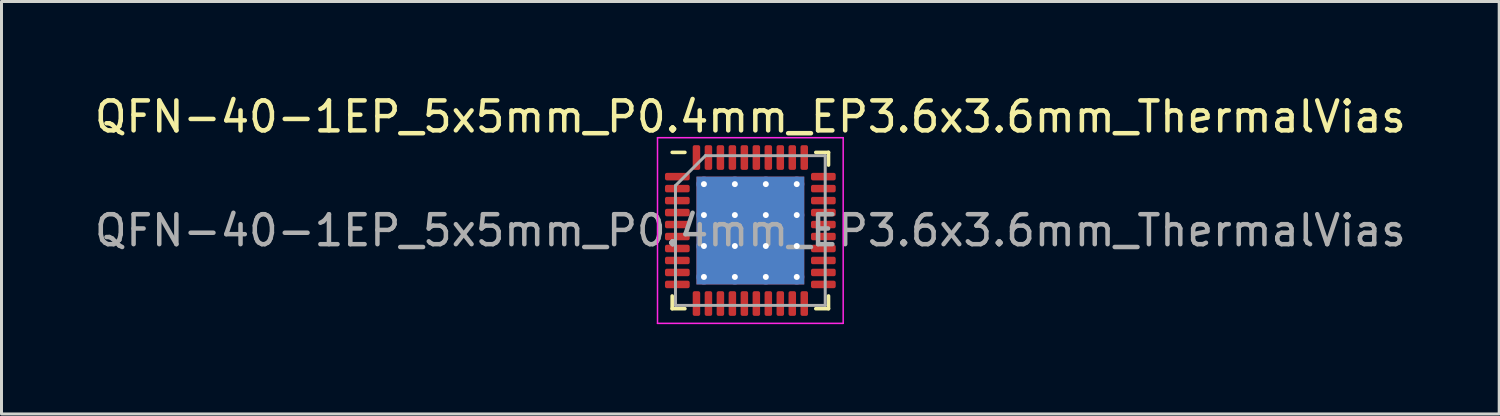
<source format=kicad_pcb>
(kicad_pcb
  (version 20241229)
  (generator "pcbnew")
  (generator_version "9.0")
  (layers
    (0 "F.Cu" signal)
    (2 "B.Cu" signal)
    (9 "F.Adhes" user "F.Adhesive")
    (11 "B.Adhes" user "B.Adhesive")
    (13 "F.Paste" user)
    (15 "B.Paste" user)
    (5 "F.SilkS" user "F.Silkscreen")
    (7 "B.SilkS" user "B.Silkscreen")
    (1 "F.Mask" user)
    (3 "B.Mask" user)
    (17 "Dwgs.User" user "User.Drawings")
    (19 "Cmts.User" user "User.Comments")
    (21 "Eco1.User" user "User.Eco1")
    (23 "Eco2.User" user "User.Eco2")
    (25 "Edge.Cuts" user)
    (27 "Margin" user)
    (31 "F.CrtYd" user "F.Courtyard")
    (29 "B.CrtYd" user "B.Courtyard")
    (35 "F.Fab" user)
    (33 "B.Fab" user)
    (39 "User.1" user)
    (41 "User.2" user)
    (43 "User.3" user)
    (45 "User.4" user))
  (footprint "QFN-40-1EP_5x5mm_P0.4mm_EP3.6x3.6mm_ThermalVias"
    (layer "F.Cu")
    (at 22.006 4.648)
    (property "Reference" "QFN-40-1EP_5x5mm_P0.4mm_EP3.6x3.6mm_ThermalVias" (at 0 -3.8 0) (layer "F.SilkS") (effects (font (size 1 1) (thickness 0.15))))
    (attr smd)
    (fp_line (start -2.61 2.61) (end -2.61 2.185) (stroke (width 0.12) (type solid)) (layer "F.SilkS"))
    (fp_line (start -2.185 -2.61) (end -2.61 -2.61) (stroke (width 0.12) (type solid)) (layer "F.SilkS"))
    (fp_line (start -2.185 2.61) (end -2.61 2.61) (stroke (width 0.12) (type solid)) (layer "F.SilkS"))
    (fp_line (start 2.185 -2.61) (end 2.61 -2.61) (stroke (width 0.12) (type solid)) (layer "F.SilkS"))
    (fp_line (start 2.185 2.61) (end 2.61 2.61) (stroke (width 0.12) (type solid)) (layer "F.SilkS"))
    (fp_line (start 2.61 -2.61) (end 2.61 -2.185) (stroke (width 0.12) (type solid)) (layer "F.SilkS"))
    (fp_line (start 2.61 2.61) (end 2.61 2.185) (stroke (width 0.12) (type solid)) (layer "F.SilkS"))
    (fp_line (start -3.1 -3.1) (end -3.1 3.1) (stroke (width 0.05) (type solid)) (layer "F.CrtYd"))
    (fp_line (start -3.1 3.1) (end 3.1 3.1) (stroke (width 0.05) (type solid)) (layer "F.CrtYd"))
    (fp_line (start 3.1 -3.1) (end -3.1 -3.1) (stroke (width 0.05) (type solid)) (layer "F.CrtYd"))
    (fp_line (start 3.1 3.1) (end 3.1 -3.1) (stroke (width 0.05) (type solid)) (layer "F.CrtYd"))
    (fp_line (start -2.5 -1.5) (end -1.5 -2.5) (stroke (width 0.1) (type solid)) (layer "F.Fab"))
    (fp_line (start -2.5 2.5) (end -2.5 -1.5) (stroke (width 0.1) (type solid)) (layer "F.Fab"))
    (fp_line (start -1.5 -2.5) (end 2.5 -2.5) (stroke (width 0.1) (type solid)) (layer "F.Fab"))
    (fp_line (start 2.5 -2.5) (end 2.5 2.5) (stroke (width 0.1) (type solid)) (layer "F.Fab"))
    (fp_line (start 2.5 2.5) (end -2.5 2.5) (stroke (width 0.1) (type solid)) (layer "F.Fab"))
    (fp_text user "${REFERENCE}" (at 0 0 0) (layer "F.Fab") (effects (font (size 1 1) (thickness 0.15))))
    (pad "" smd custom (at -1.033 -1.033) (size 0.803 0.803) (layers "F.Paste") (options (anchor circle)) (primitives (gr_poly (pts (xy -0.338 -0.233) (xy -0.233 -0.338) (xy 0.233 -0.338) (xy 0.338 -0.233) (xy 0.338 0.233) (xy 0.233 0.338) (xy -0.233 0.338) (xy -0.338 0.233)) (width 0.253) (fill yes))))
    (pad "" smd custom (at -1.033 0) (size 0.803 0.803) (layers "F.Paste") (options (anchor circle)) (primitives (gr_poly (pts (xy -0.338 -0.233) (xy -0.233 -0.338) (xy 0.233 -0.338) (xy 0.338 -0.233) (xy 0.338 0.233) (xy 0.233 0.338) (xy -0.233 0.338) (xy -0.338 0.233)) (width 0.253) (fill yes))))
    (pad "" smd custom (at -1.033 1.033) (size 0.803 0.803) (layers "F.Paste") (options (anchor circle)) (primitives (gr_poly (pts (xy -0.338 -0.233) (xy -0.233 -0.338) (xy 0.233 -0.338) (xy 0.338 -0.233) (xy 0.338 0.233) (xy 0.233 0.338) (xy -0.233 0.338) (xy -0.338 0.233)) (width 0.253) (fill yes))))
    (pad "" smd custom (at 0 -1.033) (size 0.803 0.803) (layers "F.Paste") (options (anchor circle)) (primitives (gr_poly (pts (xy -0.338 -0.233) (xy -0.233 -0.338) (xy 0.233 -0.338) (xy 0.338 -0.233) (xy 0.338 0.233) (xy 0.233 0.338) (xy -0.233 0.338) (xy -0.338 0.233)) (width 0.253) (fill yes))))
    (pad "" smd custom (at 0 0) (size 0.803 0.803) (layers "F.Paste") (options (anchor circle)) (primitives (gr_poly (pts (xy -0.338 -0.233) (xy -0.233 -0.338) (xy 0.233 -0.338) (xy 0.338 -0.233) (xy 0.338 0.233) (xy 0.233 0.338) (xy -0.233 0.338) (xy -0.338 0.233)) (width 0.253) (fill yes))))
    (pad "" smd custom (at 0 1.033) (size 0.803 0.803) (layers "F.Paste") (options (anchor circle)) (primitives (gr_poly (pts (xy -0.338 -0.233) (xy -0.233 -0.338) (xy 0.233 -0.338) (xy 0.338 -0.233) (xy 0.338 0.233) (xy 0.233 0.338) (xy -0.233 0.338) (xy -0.338 0.233)) (width 0.253) (fill yes))))
    (pad "" smd custom (at 1.033 -1.033) (size 0.803 0.803) (layers "F.Paste") (options (anchor circle)) (primitives (gr_poly (pts (xy -0.338 -0.233) (xy -0.233 -0.338) (xy 0.233 -0.338) (xy 0.338 -0.233) (xy 0.338 0.233) (xy 0.233 0.338) (xy -0.233 0.338) (xy -0.338 0.233)) (width 0.253) (fill yes))))
    (pad "" smd custom (at 1.033 0) (size 0.803 0.803) (layers "F.Paste") (options (anchor circle)) (primitives (gr_poly (pts (xy -0.338 -0.233) (xy -0.233 -0.338) (xy 0.233 -0.338) (xy 0.338 -0.233) (xy 0.338 0.233) (xy 0.233 0.338) (xy -0.233 0.338) (xy -0.338 0.233)) (width 0.253) (fill yes))))
    (pad "" smd custom (at 1.033 1.033) (size 0.803 0.803) (layers "F.Paste") (options (anchor circle)) (primitives (gr_poly (pts (xy -0.338 -0.233) (xy -0.233 -0.338) (xy 0.233 -0.338) (xy 0.338 -0.233) (xy 0.338 0.233) (xy 0.233 0.338) (xy -0.233 0.338) (xy -0.338 0.233)) (width 0.253) (fill yes))))
    (pad "1" smd roundrect (at -2.438 -1.8) (size 0.825 0.25) (layers "F.Cu" "F.Mask" "F.Paste") (roundrect_rratio 0.25))
    (pad "2" smd roundrect (at -2.438 -1.4) (size 0.825 0.25) (layers "F.Cu" "F.Mask" "F.Paste") (roundrect_rratio 0.25))
    (pad "3" smd roundrect (at -2.438 -1) (size 0.825 0.25) (layers "F.Cu" "F.Mask" "F.Paste") (roundrect_rratio 0.25))
    (pad "4" smd roundrect (at -2.438 -0.6) (size 0.825 0.25) (layers "F.Cu" "F.Mask" "F.Paste") (roundrect_rratio 0.25))
    (pad "5" smd roundrect (at -2.438 -0.2) (size 0.825 0.25) (layers "F.Cu" "F.Mask" "F.Paste") (roundrect_rratio 0.25))
    (pad "6" smd roundrect (at -2.438 0.2) (size 0.825 0.25) (layers "F.Cu" "F.Mask" "F.Paste") (roundrect_rratio 0.25))
    (pad "7" smd roundrect (at -2.438 0.6) (size 0.825 0.25) (layers "F.Cu" "F.Mask" "F.Paste") (roundrect_rratio 0.25))
    (pad "8" smd roundrect (at -2.438 1) (size 0.825 0.25) (layers "F.Cu" "F.Mask" "F.Paste") (roundrect_rratio 0.25))
    (pad "9" smd roundrect (at -2.438 1.4) (size 0.825 0.25) (layers "F.Cu" "F.Mask" "F.Paste") (roundrect_rratio 0.25))
    (pad "10" smd roundrect (at -2.438 1.8) (size 0.825 0.25) (layers "F.Cu" "F.Mask" "F.Paste") (roundrect_rratio 0.25))
    (pad "11" smd roundrect (at -1.8 2.438) (size 0.25 0.825) (layers "F.Cu" "F.Mask" "F.Paste") (roundrect_rratio 0.25))
    (pad "12" smd roundrect (at -1.4 2.438) (size 0.25 0.825) (layers "F.Cu" "F.Mask" "F.Paste") (roundrect_rratio 0.25))
    (pad "13" smd roundrect (at -1 2.438) (size 0.25 0.825) (layers "F.Cu" "F.Mask" "F.Paste") (roundrect_rratio 0.25))
    (pad "14" smd roundrect (at -0.6 2.438) (size 0.25 0.825) (layers "F.Cu" "F.Mask" "F.Paste") (roundrect_rratio 0.25))
    (pad "15" smd roundrect (at -0.2 2.438) (size 0.25 0.825) (layers "F.Cu" "F.Mask" "F.Paste") (roundrect_rratio 0.25))
    (pad "16" smd roundrect (at 0.2 2.438) (size 0.25 0.825) (layers "F.Cu" "F.Mask" "F.Paste") (roundrect_rratio 0.25))
    (pad "17" smd roundrect (at 0.6 2.438) (size 0.25 0.825) (layers "F.Cu" "F.Mask" "F.Paste") (roundrect_rratio 0.25))
    (pad "18" smd roundrect (at 1 2.438) (size 0.25 0.825) (layers "F.Cu" "F.Mask" "F.Paste") (roundrect_rratio 0.25))
    (pad "19" smd roundrect (at 1.4 2.438) (size 0.25 0.825) (layers "F.Cu" "F.Mask" "F.Paste") (roundrect_rratio 0.25))
    (pad "20" smd roundrect (at 1.8 2.438) (size 0.25 0.825) (layers "F.Cu" "F.Mask" "F.Paste") (roundrect_rratio 0.25))
    (pad "21" smd roundrect (at 2.438 1.8) (size 0.825 0.25) (layers "F.Cu" "F.Mask" "F.Paste") (roundrect_rratio 0.25))
    (pad "22" smd roundrect (at 2.438 1.4) (size 0.825 0.25) (layers "F.Cu" "F.Mask" "F.Paste") (roundrect_rratio 0.25))
    (pad "23" smd roundrect (at 2.438 1) (size 0.825 0.25) (layers "F.Cu" "F.Mask" "F.Paste") (roundrect_rratio 0.25))
    (pad "24" smd roundrect (at 2.438 0.6) (size 0.825 0.25) (layers "F.Cu" "F.Mask" "F.Paste") (roundrect_rratio 0.25))
    (pad "25" smd roundrect (at 2.438 0.2) (size 0.825 0.25) (layers "F.Cu" "F.Mask" "F.Paste") (roundrect_rratio 0.25))
    (pad "26" smd roundrect (at 2.438 -0.2) (size 0.825 0.25) (layers "F.Cu" "F.Mask" "F.Paste") (roundrect_rratio 0.25))
    (pad "27" smd roundrect (at 2.438 -0.6) (size 0.825 0.25) (layers "F.Cu" "F.Mask" "F.Paste") (roundrect_rratio 0.25))
    (pad "28" smd roundrect (at 2.438 -1) (size 0.825 0.25) (layers "F.Cu" "F.Mask" "F.Paste") (roundrect_rratio 0.25))
    (pad "29" smd roundrect (at 2.438 -1.4) (size 0.825 0.25) (layers "F.Cu" "F.Mask" "F.Paste") (roundrect_rratio 0.25))
    (pad "30" smd roundrect (at 2.438 -1.8) (size 0.825 0.25) (layers "F.Cu" "F.Mask" "F.Paste") (roundrect_rratio 0.25))
    (pad "31" smd roundrect (at 1.8 -2.438) (size 0.25 0.825) (layers "F.Cu" "F.Mask" "F.Paste") (roundrect_rratio 0.25))
    (pad "32" smd roundrect (at 1.4 -2.438) (size 0.25 0.825) (layers "F.Cu" "F.Mask" "F.Paste") (roundrect_rratio 0.25))
    (pad "33" smd roundrect (at 1 -2.438) (size 0.25 0.825) (layers "F.Cu" "F.Mask" "F.Paste") (roundrect_rratio 0.25))
    (pad "34" smd roundrect (at 0.6 -2.438) (size 0.25 0.825) (layers "F.Cu" "F.Mask" "F.Paste") (roundrect_rratio 0.25))
    (pad "35" smd roundrect (at 0.2 -2.438) (size 0.25 0.825) (layers "F.Cu" "F.Mask" "F.Paste") (roundrect_rratio 0.25))
    (pad "36" smd roundrect (at -0.2 -2.438) (size 0.25 0.825) (layers "F.Cu" "F.Mask" "F.Paste") (roundrect_rratio 0.25))
    (pad "37" smd roundrect (at -0.6 -2.438) (size 0.25 0.825) (layers "F.Cu" "F.Mask" "F.Paste") (roundrect_rratio 0.25))
    (pad "38" smd roundrect (at -1 -2.438) (size 0.25 0.825) (layers "F.Cu" "F.Mask" "F.Paste") (roundrect_rratio 0.25))
    (pad "39" smd roundrect (at -1.4 -2.438) (size 0.25 0.825) (layers "F.Cu" "F.Mask" "F.Paste") (roundrect_rratio 0.25))
    (pad "40" smd roundrect (at -1.8 -2.438) (size 0.25 0.825) (layers "F.Cu" "F.Mask" "F.Paste") (roundrect_rratio 0.25))
    (pad "41" thru_hole circle (at -1.55 -1.55) (size 0.5 0.5) (drill 0.2) (layers "*.Cu"))
    (pad "41" thru_hole circle (at -1.55 -0.517) (size 0.5 0.5) (drill 0.2) (layers "*.Cu"))
    (pad "41" thru_hole circle (at -1.55 0.517) (size 0.5 0.5) (drill 0.2) (layers "*.Cu"))
    (pad "41" thru_hole circle (at -1.55 1.55) (size 0.5 0.5) (drill 0.2) (layers "*.Cu"))
    (pad "41" thru_hole circle (at -0.517 -1.55) (size 0.5 0.5) (drill 0.2) (layers "*.Cu"))
    (pad "41" thru_hole circle (at -0.517 -0.517) (size 0.5 0.5) (drill 0.2) (layers "*.Cu"))
    (pad "41" thru_hole circle (at -0.517 0.517) (size 0.5 0.5) (drill 0.2) (layers "*.Cu"))
    (pad "41" thru_hole circle (at -0.517 1.55) (size 0.5 0.5) (drill 0.2) (layers "*.Cu"))
    (pad "41" smd rect (at 0 0) (size 3.6 3.6) (layers "F.Cu" "F.Mask"))
    (pad "41" smd rect (at 0 0) (size 3.6 3.6) (layers "B.Cu"))
    (pad "41" thru_hole circle (at 0.517 -1.55) (size 0.5 0.5) (drill 0.2) (layers "*.Cu"))
    (pad "41" thru_hole circle (at 0.517 -0.517) (size 0.5 0.5) (drill 0.2) (layers "*.Cu"))
    (pad "41" thru_hole circle (at 0.517 0.517) (size 0.5 0.5) (drill 0.2) (layers "*.Cu"))
    (pad "41" thru_hole circle (at 0.517 1.55) (size 0.5 0.5) (drill 0.2) (layers "*.Cu"))
    (pad "41" thru_hole circle (at 1.55 -1.55) (size 0.5 0.5) (drill 0.2) (layers "*.Cu"))
    (pad "41" thru_hole circle (at 1.55 -0.517) (size 0.5 0.5) (drill 0.2) (layers "*.Cu"))
    (pad "41" thru_hole circle (at 1.55 0.517) (size 0.5 0.5) (drill 0.2) (layers "*.Cu"))
    (pad "41" thru_hole circle (at 1.55 1.55) (size 0.5 0.5) (drill 0.2) (layers "*.Cu")))
  (gr_rect
    (start -3 -3)
    (end 47.012 10.773)
    (stroke (width 0.1) (type default))
    (fill no)
    (layer "Edge.Cuts")))
</source>
